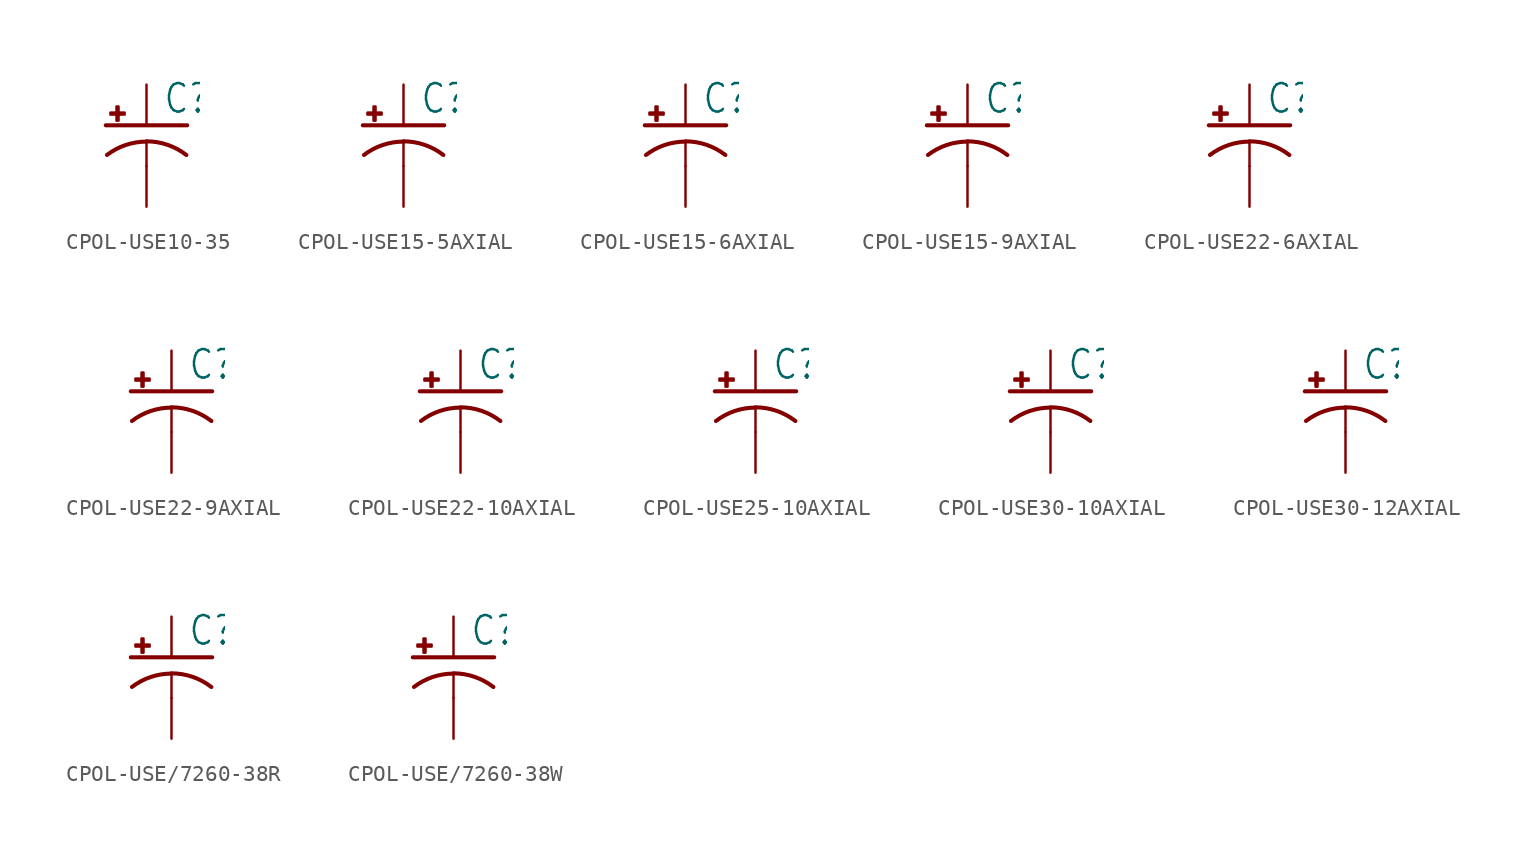
<source format=kicad_sym>
(kicad_symbol_lib
  (version 20241209)
  (generator "kicad_symbol_editor")
  (generator_version "9.0")
  (symbol "CPOL-USE10-35"
    (property "Reference" "C"
      (at 1.016 0.635 0)
      (effects (font (size 1.778 1.511)) (justify left bottom)))
    (property "Value" ""
      (at 1.016 -4.191 0)
      (effects (font (size 1.778 1.511)) (justify left bottom)))
    (property "ki_locked" ""
      (at 0 0 0)
      (effects (font (size 1.27 1.27))))
    (symbol "CPOL-USE10-35_1_0"
      (polyline (pts (xy -2.54 0) (xy 2.54 0)) (stroke (width 0.254) (type solid)) (fill (type none)))
      (rectangle (start -2.253 0.668) (end -1.364 0.795) (stroke (width 0) (type default)) (fill (type outline)))
      (rectangle (start -1.872 0.287) (end -1.745 1.176) (stroke (width 0) (type default)) (fill (type outline)))
      (arc (start -2.4669 -1.8504) (mid -1.3021 -1.2303) (end 0 -1.0161) (stroke (width 0.254) (type solid)) (fill (type none)))
      (polyline (pts (xy 0 -1.016) (xy 0 -2.54)) (stroke (width 0.152) (type solid)) (fill (type none)))
      (arc (start 0 -1) (mid 1.3158 -1.2195) (end 2.4892 -1.8541) (stroke (width 0.254) (type solid)) (fill (type none)))
      (pin passive line (at 0 2.54 270) (length 2.54) (name "+" (effects (font (size 0 0)))) (number "+" (effects (font (size 0 0)))))
      (pin passive line (at 0 -5.08 90) (length 2.54) (name "-" (effects (font (size 0 0)))) (number "-" (effects (font (size 0 0)))))))
  (symbol "CPOL-USE15-5AXIAL"
    (property "Reference" "C"
      (at 1.016 0.635 0)
      (effects (font (size 1.778 1.511)) (justify left bottom)))
    (property "Value" ""
      (at 1.016 -4.191 0)
      (effects (font (size 1.778 1.511)) (justify left bottom)))
    (property "ki_locked" ""
      (at 0 0 0)
      (effects (font (size 1.27 1.27))))
    (symbol "CPOL-USE15-5AXIAL_1_0"
      (polyline (pts (xy -2.54 0) (xy 2.54 0)) (stroke (width 0.254) (type solid)) (fill (type none)))
      (rectangle (start -2.253 0.668) (end -1.364 0.795) (stroke (width 0) (type default)) (fill (type outline)))
      (rectangle (start -1.872 0.287) (end -1.745 1.176) (stroke (width 0) (type default)) (fill (type outline)))
      (arc (start -2.4669 -1.8504) (mid -1.3021 -1.2303) (end 0 -1.0161) (stroke (width 0.254) (type solid)) (fill (type none)))
      (polyline (pts (xy 0 -1.016) (xy 0 -2.54)) (stroke (width 0.152) (type solid)) (fill (type none)))
      (arc (start 0 -1) (mid 1.3158 -1.2195) (end 2.4892 -1.8541) (stroke (width 0.254) (type solid)) (fill (type none)))
      (pin passive line (at 0 2.54 270) (length 2.54) (name "+" (effects (font (size 0 0)))) (number "+" (effects (font (size 0 0)))))
      (pin passive line (at 0 -5.08 90) (length 2.54) (name "-" (effects (font (size 0 0)))) (number "-" (effects (font (size 0 0)))))))
  (symbol "CPOL-USE15-6AXIAL"
    (property "Reference" "C"
      (at 1.016 0.635 0)
      (effects (font (size 1.778 1.511)) (justify left bottom)))
    (property "Value" ""
      (at 1.016 -4.191 0)
      (effects (font (size 1.778 1.511)) (justify left bottom)))
    (property "ki_locked" ""
      (at 0 0 0)
      (effects (font (size 1.27 1.27))))
    (symbol "CPOL-USE15-6AXIAL_1_0"
      (polyline (pts (xy -2.54 0) (xy 2.54 0)) (stroke (width 0.254) (type solid)) (fill (type none)))
      (rectangle (start -2.253 0.668) (end -1.364 0.795) (stroke (width 0) (type default)) (fill (type outline)))
      (rectangle (start -1.872 0.287) (end -1.745 1.176) (stroke (width 0) (type default)) (fill (type outline)))
      (arc (start -2.4669 -1.8504) (mid -1.3021 -1.2303) (end 0 -1.0161) (stroke (width 0.254) (type solid)) (fill (type none)))
      (polyline (pts (xy 0 -1.016) (xy 0 -2.54)) (stroke (width 0.152) (type solid)) (fill (type none)))
      (arc (start 0 -1) (mid 1.3158 -1.2195) (end 2.4892 -1.8541) (stroke (width 0.254) (type solid)) (fill (type none)))
      (pin passive line (at 0 2.54 270) (length 2.54) (name "+" (effects (font (size 0 0)))) (number "+" (effects (font (size 0 0)))))
      (pin passive line (at 0 -5.08 90) (length 2.54) (name "-" (effects (font (size 0 0)))) (number "-" (effects (font (size 0 0)))))))
  (symbol "CPOL-USE15-9AXIAL"
    (property "Reference" "C"
      (at 1.016 0.635 0)
      (effects (font (size 1.778 1.511)) (justify left bottom)))
    (property "Value" ""
      (at 1.016 -4.191 0)
      (effects (font (size 1.778 1.511)) (justify left bottom)))
    (property "ki_locked" ""
      (at 0 0 0)
      (effects (font (size 1.27 1.27))))
    (symbol "CPOL-USE15-9AXIAL_1_0"
      (polyline (pts (xy -2.54 0) (xy 2.54 0)) (stroke (width 0.254) (type solid)) (fill (type none)))
      (rectangle (start -2.253 0.668) (end -1.364 0.795) (stroke (width 0) (type default)) (fill (type outline)))
      (rectangle (start -1.872 0.287) (end -1.745 1.176) (stroke (width 0) (type default)) (fill (type outline)))
      (arc (start -2.4669 -1.8504) (mid -1.3021 -1.2303) (end 0 -1.0161) (stroke (width 0.254) (type solid)) (fill (type none)))
      (polyline (pts (xy 0 -1.016) (xy 0 -2.54)) (stroke (width 0.152) (type solid)) (fill (type none)))
      (arc (start 0 -1) (mid 1.3158 -1.2195) (end 2.4892 -1.8541) (stroke (width 0.254) (type solid)) (fill (type none)))
      (pin passive line (at 0 2.54 270) (length 2.54) (name "+" (effects (font (size 0 0)))) (number "+" (effects (font (size 0 0)))))
      (pin passive line (at 0 -5.08 90) (length 2.54) (name "-" (effects (font (size 0 0)))) (number "-" (effects (font (size 0 0)))))))
  (symbol "CPOL-USE22-6AXIAL"
    (property "Reference" "C"
      (at 1.016 0.635 0)
      (effects (font (size 1.778 1.511)) (justify left bottom)))
    (property "Value" ""
      (at 1.016 -4.191 0)
      (effects (font (size 1.778 1.511)) (justify left bottom)))
    (property "ki_locked" ""
      (at 0 0 0)
      (effects (font (size 1.27 1.27))))
    (symbol "CPOL-USE22-6AXIAL_1_0"
      (polyline (pts (xy -2.54 0) (xy 2.54 0)) (stroke (width 0.254) (type solid)) (fill (type none)))
      (rectangle (start -2.253 0.668) (end -1.364 0.795) (stroke (width 0) (type default)) (fill (type outline)))
      (rectangle (start -1.872 0.287) (end -1.745 1.176) (stroke (width 0) (type default)) (fill (type outline)))
      (arc (start -2.4669 -1.8504) (mid -1.3021 -1.2303) (end 0 -1.0161) (stroke (width 0.254) (type solid)) (fill (type none)))
      (polyline (pts (xy 0 -1.016) (xy 0 -2.54)) (stroke (width 0.152) (type solid)) (fill (type none)))
      (arc (start 0 -1) (mid 1.3158 -1.2195) (end 2.4892 -1.8541) (stroke (width 0.254) (type solid)) (fill (type none)))
      (pin passive line (at 0 2.54 270) (length 2.54) (name "+" (effects (font (size 0 0)))) (number "+" (effects (font (size 0 0)))))
      (pin passive line (at 0 -5.08 90) (length 2.54) (name "-" (effects (font (size 0 0)))) (number "-" (effects (font (size 0 0)))))))
  (symbol "CPOL-USE22-9AXIAL"
    (property "Reference" "C"
      (at 1.016 0.635 0)
      (effects (font (size 1.778 1.511)) (justify left bottom)))
    (property "Value" ""
      (at 1.016 -4.191 0)
      (effects (font (size 1.778 1.511)) (justify left bottom)))
    (property "ki_locked" ""
      (at 0 0 0)
      (effects (font (size 1.27 1.27))))
    (symbol "CPOL-USE22-9AXIAL_1_0"
      (polyline (pts (xy -2.54 0) (xy 2.54 0)) (stroke (width 0.254) (type solid)) (fill (type none)))
      (rectangle (start -2.253 0.668) (end -1.364 0.795) (stroke (width 0) (type default)) (fill (type outline)))
      (rectangle (start -1.872 0.287) (end -1.745 1.176) (stroke (width 0) (type default)) (fill (type outline)))
      (arc (start -2.4669 -1.8504) (mid -1.3021 -1.2303) (end 0 -1.0161) (stroke (width 0.254) (type solid)) (fill (type none)))
      (polyline (pts (xy 0 -1.016) (xy 0 -2.54)) (stroke (width 0.152) (type solid)) (fill (type none)))
      (arc (start 0 -1) (mid 1.3158 -1.2195) (end 2.4892 -1.8541) (stroke (width 0.254) (type solid)) (fill (type none)))
      (pin passive line (at 0 2.54 270) (length 2.54) (name "+" (effects (font (size 0 0)))) (number "+" (effects (font (size 0 0)))))
      (pin passive line (at 0 -5.08 90) (length 2.54) (name "-" (effects (font (size 0 0)))) (number "-" (effects (font (size 0 0)))))))
  (symbol "CPOL-USE22-10AXIAL"
    (property "Reference" "C"
      (at 1.016 0.635 0)
      (effects (font (size 1.778 1.511)) (justify left bottom)))
    (property "Value" ""
      (at 1.016 -4.191 0)
      (effects (font (size 1.778 1.511)) (justify left bottom)))
    (property "ki_locked" ""
      (at 0 0 0)
      (effects (font (size 1.27 1.27))))
    (symbol "CPOL-USE22-10AXIAL_1_0"
      (polyline (pts (xy -2.54 0) (xy 2.54 0)) (stroke (width 0.254) (type solid)) (fill (type none)))
      (rectangle (start -2.253 0.668) (end -1.364 0.795) (stroke (width 0) (type default)) (fill (type outline)))
      (rectangle (start -1.872 0.287) (end -1.745 1.176) (stroke (width 0) (type default)) (fill (type outline)))
      (arc (start -2.4669 -1.8504) (mid -1.3021 -1.2303) (end 0 -1.0161) (stroke (width 0.254) (type solid)) (fill (type none)))
      (polyline (pts (xy 0 -1.016) (xy 0 -2.54)) (stroke (width 0.152) (type solid)) (fill (type none)))
      (arc (start 0 -1) (mid 1.3158 -1.2195) (end 2.4892 -1.8541) (stroke (width 0.254) (type solid)) (fill (type none)))
      (pin passive line (at 0 2.54 270) (length 2.54) (name "+" (effects (font (size 0 0)))) (number "+" (effects (font (size 0 0)))))
      (pin passive line (at 0 -5.08 90) (length 2.54) (name "-" (effects (font (size 0 0)))) (number "-" (effects (font (size 0 0)))))))
  (symbol "CPOL-USE25-10AXIAL"
    (property "Reference" "C"
      (at 1.016 0.635 0)
      (effects (font (size 1.778 1.511)) (justify left bottom)))
    (property "Value" ""
      (at 1.016 -4.191 0)
      (effects (font (size 1.778 1.511)) (justify left bottom)))
    (property "ki_locked" ""
      (at 0 0 0)
      (effects (font (size 1.27 1.27))))
    (symbol "CPOL-USE25-10AXIAL_1_0"
      (polyline (pts (xy -2.54 0) (xy 2.54 0)) (stroke (width 0.254) (type solid)) (fill (type none)))
      (rectangle (start -2.253 0.668) (end -1.364 0.795) (stroke (width 0) (type default)) (fill (type outline)))
      (rectangle (start -1.872 0.287) (end -1.745 1.176) (stroke (width 0) (type default)) (fill (type outline)))
      (arc (start -2.4669 -1.8504) (mid -1.3021 -1.2303) (end 0 -1.0161) (stroke (width 0.254) (type solid)) (fill (type none)))
      (polyline (pts (xy 0 -1.016) (xy 0 -2.54)) (stroke (width 0.152) (type solid)) (fill (type none)))
      (arc (start 0 -1) (mid 1.3158 -1.2195) (end 2.4892 -1.8541) (stroke (width 0.254) (type solid)) (fill (type none)))
      (pin passive line (at 0 2.54 270) (length 2.54) (name "+" (effects (font (size 0 0)))) (number "+" (effects (font (size 0 0)))))
      (pin passive line (at 0 -5.08 90) (length 2.54) (name "-" (effects (font (size 0 0)))) (number "-" (effects (font (size 0 0)))))))
  (symbol "CPOL-USE30-10AXIAL"
    (property "Reference" "C"
      (at 1.016 0.635 0)
      (effects (font (size 1.778 1.511)) (justify left bottom)))
    (property "Value" ""
      (at 1.016 -4.191 0)
      (effects (font (size 1.778 1.511)) (justify left bottom)))
    (property "ki_locked" ""
      (at 0 0 0)
      (effects (font (size 1.27 1.27))))
    (symbol "CPOL-USE30-10AXIAL_1_0"
      (polyline (pts (xy -2.54 0) (xy 2.54 0)) (stroke (width 0.254) (type solid)) (fill (type none)))
      (rectangle (start -2.253 0.668) (end -1.364 0.795) (stroke (width 0) (type default)) (fill (type outline)))
      (rectangle (start -1.872 0.287) (end -1.745 1.176) (stroke (width 0) (type default)) (fill (type outline)))
      (arc (start -2.4669 -1.8504) (mid -1.3021 -1.2303) (end 0 -1.0161) (stroke (width 0.254) (type solid)) (fill (type none)))
      (polyline (pts (xy 0 -1.016) (xy 0 -2.54)) (stroke (width 0.152) (type solid)) (fill (type none)))
      (arc (start 0 -1) (mid 1.3158 -1.2195) (end 2.4892 -1.8541) (stroke (width 0.254) (type solid)) (fill (type none)))
      (pin passive line (at 0 2.54 270) (length 2.54) (name "+" (effects (font (size 0 0)))) (number "+" (effects (font (size 0 0)))))
      (pin passive line (at 0 -5.08 90) (length 2.54) (name "-" (effects (font (size 0 0)))) (number "-" (effects (font (size 0 0)))))))
  (symbol "CPOL-USE30-12AXIAL"
    (property "Reference" "C"
      (at 1.016 0.635 0)
      (effects (font (size 1.778 1.511)) (justify left bottom)))
    (property "Value" ""
      (at 1.016 -4.191 0)
      (effects (font (size 1.778 1.511)) (justify left bottom)))
    (property "ki_locked" ""
      (at 0 0 0)
      (effects (font (size 1.27 1.27))))
    (symbol "CPOL-USE30-12AXIAL_1_0"
      (polyline (pts (xy -2.54 0) (xy 2.54 0)) (stroke (width 0.254) (type solid)) (fill (type none)))
      (rectangle (start -2.253 0.668) (end -1.364 0.795) (stroke (width 0) (type default)) (fill (type outline)))
      (rectangle (start -1.872 0.287) (end -1.745 1.176) (stroke (width 0) (type default)) (fill (type outline)))
      (arc (start -2.4669 -1.8504) (mid -1.3021 -1.2303) (end 0 -1.0161) (stroke (width 0.254) (type solid)) (fill (type none)))
      (polyline (pts (xy 0 -1.016) (xy 0 -2.54)) (stroke (width 0.152) (type solid)) (fill (type none)))
      (arc (start 0 -1) (mid 1.3158 -1.2195) (end 2.4892 -1.8541) (stroke (width 0.254) (type solid)) (fill (type none)))
      (pin passive line (at 0 2.54 270) (length 2.54) (name "+" (effects (font (size 0 0)))) (number "+" (effects (font (size 0 0)))))
      (pin passive line (at 0 -5.08 90) (length 2.54) (name "-" (effects (font (size 0 0)))) (number "-" (effects (font (size 0 0)))))))
  (symbol "CPOL-USE/7260-38R"
    (property "Reference" "C"
      (at 1.016 0.635 0)
      (effects (font (size 1.778 1.511)) (justify left bottom)))
    (property "Value" ""
      (at 1.016 -4.191 0)
      (effects (font (size 1.778 1.511)) (justify left bottom)))
    (property "ki_locked" ""
      (at 0 0 0)
      (effects (font (size 1.27 1.27))))
    (symbol "CPOL-USE/7260-38R_1_0"
      (polyline (pts (xy -2.54 0) (xy 2.54 0)) (stroke (width 0.254) (type solid)) (fill (type none)))
      (rectangle (start -2.253 0.668) (end -1.364 0.795) (stroke (width 0) (type default)) (fill (type outline)))
      (rectangle (start -1.872 0.287) (end -1.745 1.176) (stroke (width 0) (type default)) (fill (type outline)))
      (arc (start -2.4669 -1.8504) (mid -1.3021 -1.2303) (end 0 -1.0161) (stroke (width 0.254) (type solid)) (fill (type none)))
      (polyline (pts (xy 0 -1.016) (xy 0 -2.54)) (stroke (width 0.152) (type solid)) (fill (type none)))
      (arc (start 0 -1) (mid 1.3158 -1.2195) (end 2.4892 -1.8541) (stroke (width 0.254) (type solid)) (fill (type none)))
      (pin passive line (at 0 2.54 270) (length 2.54) (name "+" (effects (font (size 0 0)))) (number "+" (effects (font (size 0 0)))))
      (pin passive line (at 0 -5.08 90) (length 2.54) (name "-" (effects (font (size 0 0)))) (number "-" (effects (font (size 0 0)))))))
  (symbol "CPOL-USE/7260-38W"
    (property "Reference" "C"
      (at 1.016 0.635 0)
      (effects (font (size 1.778 1.511)) (justify left bottom)))
    (property "Value" ""
      (at 1.016 -4.191 0)
      (effects (font (size 1.778 1.511)) (justify left bottom)))
    (property "ki_locked" ""
      (at 0 0 0)
      (effects (font (size 1.27 1.27))))
    (symbol "CPOL-USE/7260-38W_1_0"
      (polyline (pts (xy -2.54 0) (xy 2.54 0)) (stroke (width 0.254) (type solid)) (fill (type none)))
      (rectangle (start -2.253 0.668) (end -1.364 0.795) (stroke (width 0) (type default)) (fill (type outline)))
      (rectangle (start -1.872 0.287) (end -1.745 1.176) (stroke (width 0) (type default)) (fill (type outline)))
      (arc (start -2.4669 -1.8504) (mid -1.3021 -1.2303) (end 0 -1.0161) (stroke (width 0.254) (type solid)) (fill (type none)))
      (polyline (pts (xy 0 -1.016) (xy 0 -2.54)) (stroke (width 0.152) (type solid)) (fill (type none)))
      (arc (start 0 -1) (mid 1.3158 -1.2195) (end 2.4892 -1.8541) (stroke (width 0.254) (type solid)) (fill (type none)))
      (pin passive line (at 0 2.54 270) (length 2.54) (name "+" (effects (font (size 0 0)))) (number "+" (effects (font (size 0 0)))))
      (pin passive line (at 0 -5.08 90) (length 2.54) (name "-" (effects (font (size 0 0)))) (number "-" (effects (font (size 0 0))))))))
</source>
